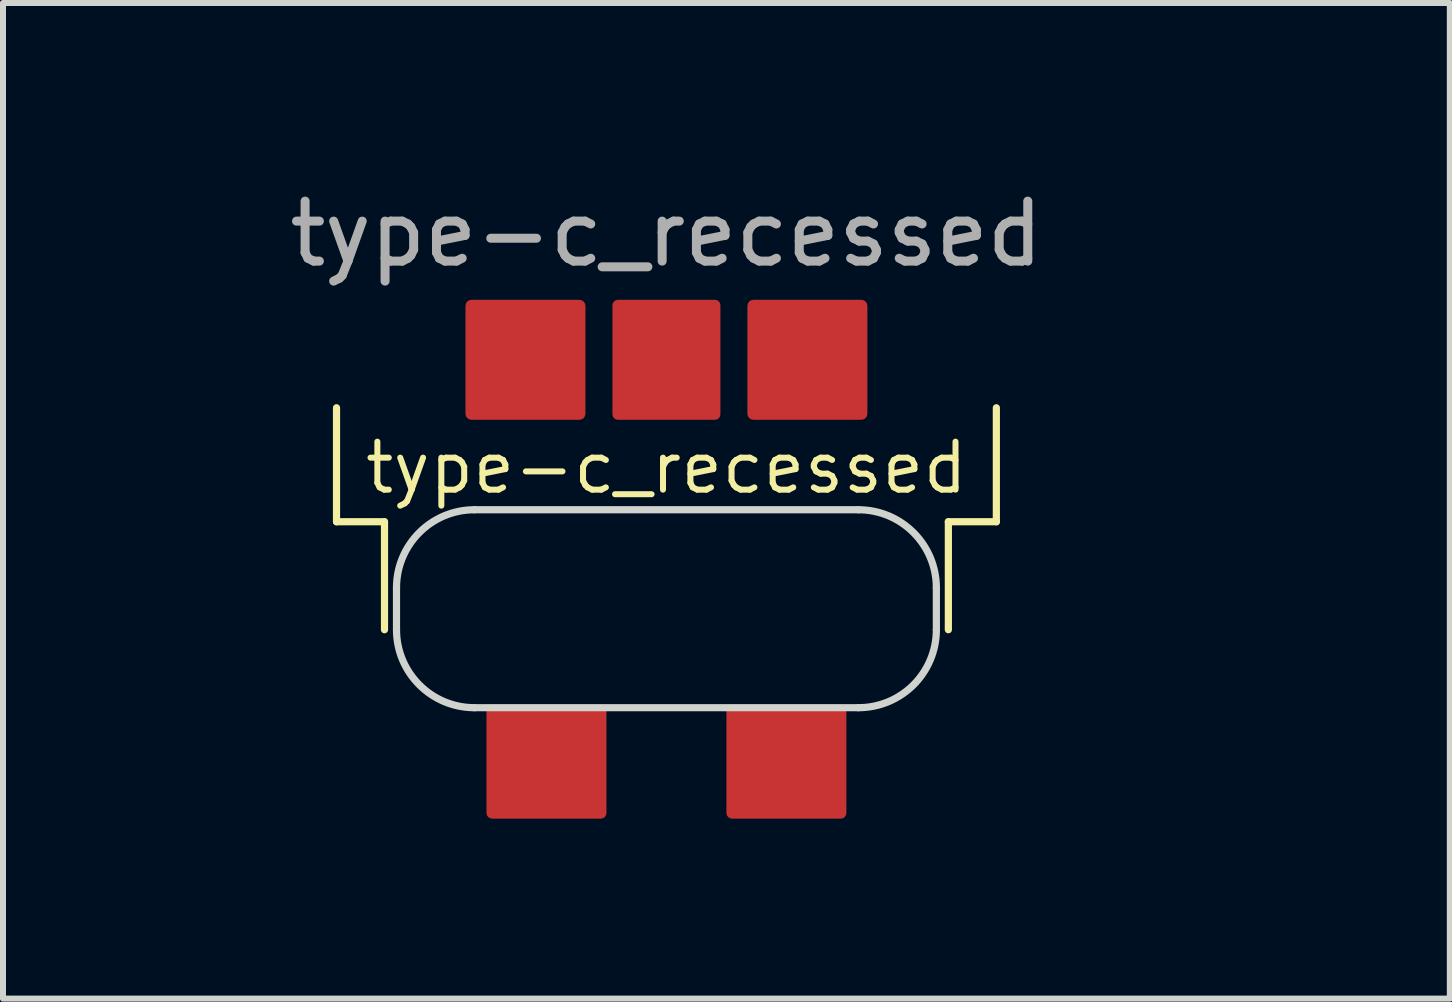
<source format=kicad_pcb>
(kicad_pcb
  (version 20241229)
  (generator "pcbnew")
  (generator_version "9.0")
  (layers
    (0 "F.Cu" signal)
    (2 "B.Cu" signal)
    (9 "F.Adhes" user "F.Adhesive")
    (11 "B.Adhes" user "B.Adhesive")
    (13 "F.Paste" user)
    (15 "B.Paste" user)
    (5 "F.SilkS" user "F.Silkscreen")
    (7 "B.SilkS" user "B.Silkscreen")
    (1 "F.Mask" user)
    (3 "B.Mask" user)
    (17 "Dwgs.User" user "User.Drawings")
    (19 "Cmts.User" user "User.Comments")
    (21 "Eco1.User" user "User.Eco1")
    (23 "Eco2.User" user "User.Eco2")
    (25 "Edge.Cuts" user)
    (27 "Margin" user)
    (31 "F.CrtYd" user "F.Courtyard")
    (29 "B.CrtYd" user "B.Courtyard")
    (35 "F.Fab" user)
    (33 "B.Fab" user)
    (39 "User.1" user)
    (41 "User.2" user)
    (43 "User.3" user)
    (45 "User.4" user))
  (footprint "type-c_recessed"
    (layer "F.Cu")
    (at 8.06 5.448)
    (property "Reference" "type-c_recessed" (at 0 -0.7 0) (unlocked yes) (layer "F.SilkS") (effects (font (size 0.8 0.8) (thickness 0.1))))
    (attr smd)
    (fp_line (start -5.5 -1.7) (end -5.5 0.2) (stroke (width 0.12) (type solid)) (layer "F.SilkS"))
    (fp_line (start -5.5 0.2) (end -4.7 0.2) (stroke (width 0.12) (type solid)) (layer "F.SilkS"))
    (fp_line (start -4.7 0.2) (end -4.7 2) (stroke (width 0.12) (type solid)) (layer "F.SilkS"))
    (fp_line (start 4.7 0.2) (end 4.7 2) (stroke (width 0.12) (type solid)) (layer "F.SilkS"))
    (fp_line (start 4.7 0.2) (end 5.5 0.2) (stroke (width 0.12) (type solid)) (layer "F.SilkS"))
    (fp_line (start 5.5 -1.7) (end 5.5 0.2) (stroke (width 0.12) (type solid)) (layer "F.SilkS"))
    (fp_line (start -8 0) (end 10 0) (stroke (width 0.12) (type solid)) (layer "Eco2.User"))
    (fp_line (start 10 -1.6) (end -8 -1.6) (stroke (width 0.12) (type solid)) (layer "Eco2.User"))
    (fp_line (start -4.5 2) (end -4.5 1.3) (stroke (width 0.12) (type solid)) (layer "Edge.Cuts"))
    (fp_line (start -3.2 0) (end 3.2 0) (stroke (width 0.12) (type solid)) (layer "Edge.Cuts"))
    (fp_line (start -3.2 3.3) (end 3.2 3.3) (stroke (width 0.12) (type solid)) (layer "Edge.Cuts"))
    (fp_line (start 4.5 2) (end 4.5 1.3) (stroke (width 0.12) (type solid)) (layer "Edge.Cuts"))
    (fp_arc (start -4.5 1.3) (mid -4.119239 0.380761) (end -3.2 0) (stroke (width 0.12) (type solid)) (layer "Edge.Cuts"))
    (fp_arc (start -3.2 3.3) (mid -4.119239 2.919239) (end -4.5 2) (stroke (width 0.12) (type solid)) (layer "Edge.Cuts"))
    (fp_arc (start 3.2 0) (mid 4.119239 0.380761) (end 4.5 1.3) (stroke (width 0.12) (type solid)) (layer "Edge.Cuts"))
    (fp_arc (start 4.5 2) (mid 4.119239 2.919239) (end 3.2 3.3) (stroke (width 0.12) (type solid)) (layer "Edge.Cuts"))
    (fp_text user "${REFERENCE}" (at 0 -4.6 0) (unlocked yes) (layer "F.Fab") (effects (font (size 1 1) (thickness 0.15))))
    (pad "1" smd roundrect (at -2.35 -2.5) (size 2 2) (layers "F.Cu" "F.Mask") (roundrect_rratio 0.05))
    (pad "1" smd roundrect (at 2.35 -2.5) (size 2 2) (layers "F.Cu" "F.Mask") (roundrect_rratio 0.05))
    (pad "2" smd roundrect (at 0 -2.5) (size 1.8 2) (layers "F.Cu" "F.Mask") (roundrect_rratio 0.05))
    (pad "S1" smd roundrect (at -2 4.2) (size 2 1.9) (layers "F.Cu" "F.Mask") (roundrect_rratio 0.05))
    (pad "S1" smd roundrect (at 2 4.2) (size 2 1.9) (layers "F.Cu" "F.Mask") (roundrect_rratio 0.05)))
  (gr_rect
    (start -3 -3)
    (end 21.12 13.598)
    (stroke (width 0.1) (type default))
    (fill no)
    (layer "Edge.Cuts")))
</source>
